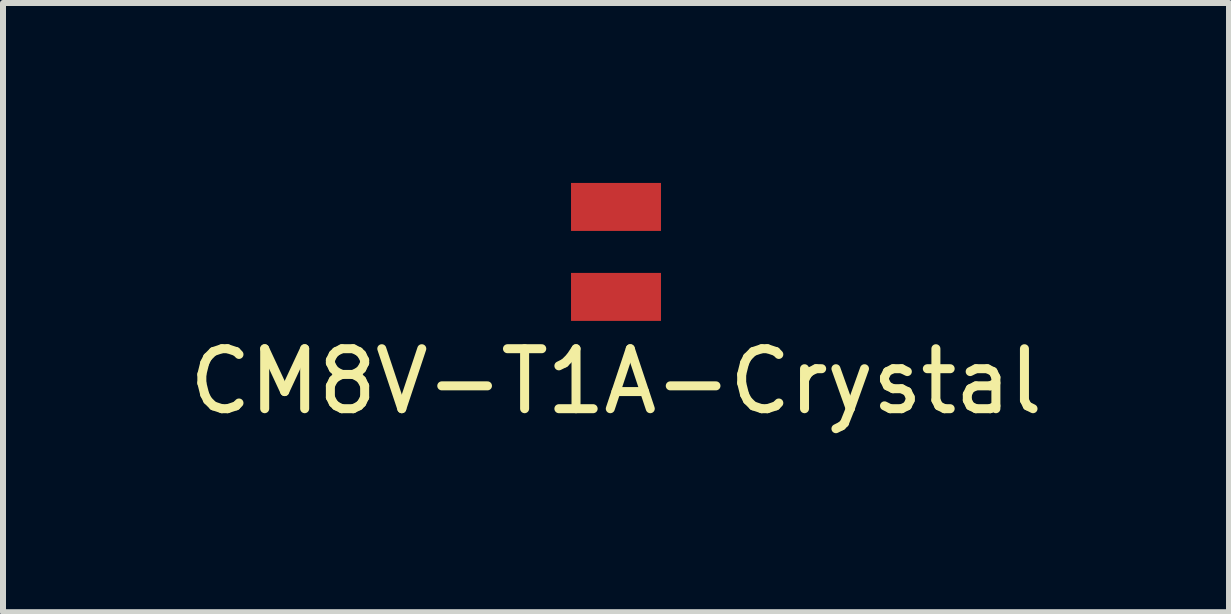
<source format=kicad_pcb>
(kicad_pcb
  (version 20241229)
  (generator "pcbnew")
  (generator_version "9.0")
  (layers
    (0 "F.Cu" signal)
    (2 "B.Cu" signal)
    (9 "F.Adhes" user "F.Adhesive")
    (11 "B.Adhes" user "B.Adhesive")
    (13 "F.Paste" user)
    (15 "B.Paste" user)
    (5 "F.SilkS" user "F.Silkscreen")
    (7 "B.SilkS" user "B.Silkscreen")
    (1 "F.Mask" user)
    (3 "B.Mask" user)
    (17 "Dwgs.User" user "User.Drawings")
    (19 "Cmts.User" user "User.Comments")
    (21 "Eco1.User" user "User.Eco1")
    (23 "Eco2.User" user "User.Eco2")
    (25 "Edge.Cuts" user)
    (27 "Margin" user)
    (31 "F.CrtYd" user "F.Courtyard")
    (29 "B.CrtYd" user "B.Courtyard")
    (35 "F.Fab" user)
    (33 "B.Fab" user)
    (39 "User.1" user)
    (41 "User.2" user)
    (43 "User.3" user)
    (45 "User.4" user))
  (footprint "CM8V-T1A-Crystal"
    (layer "F.Cu")
    (at 7.22 1.15)
    (property "Reference" "CM8V-T1A-Crystal" (at 0 2.159 0) (unlocked yes) (layer "F.SilkS") (effects (font (size 1 1) (thickness 0.15))))
    (attr smd)
    (pad "1" smd rect (at 0 -0.75) (size 1.5 0.8) (layers "F.Cu" "F.Mask" "F.Paste"))
    (pad "2" smd rect (at 0 0.75) (size 1.5 0.8) (layers "F.Cu" "F.Mask" "F.Paste")))
  (gr_rect
    (start -3 -3)
    (end 17.44 7.157)
    (stroke (width 0.1) (type default))
    (fill no)
    (layer "Edge.Cuts")))
</source>
